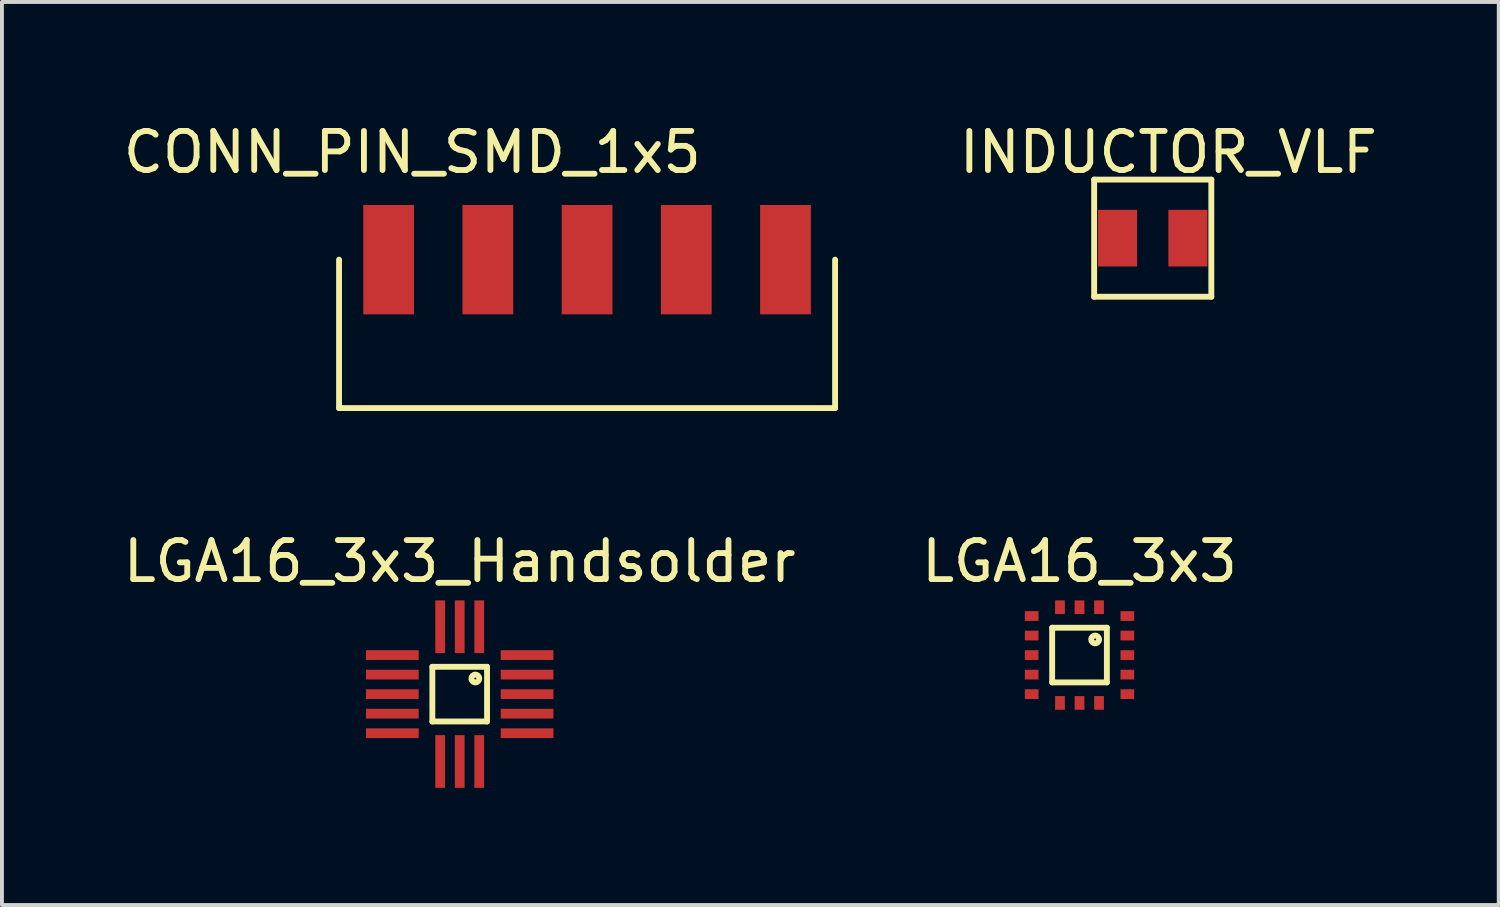
<source format=kicad_pcb>
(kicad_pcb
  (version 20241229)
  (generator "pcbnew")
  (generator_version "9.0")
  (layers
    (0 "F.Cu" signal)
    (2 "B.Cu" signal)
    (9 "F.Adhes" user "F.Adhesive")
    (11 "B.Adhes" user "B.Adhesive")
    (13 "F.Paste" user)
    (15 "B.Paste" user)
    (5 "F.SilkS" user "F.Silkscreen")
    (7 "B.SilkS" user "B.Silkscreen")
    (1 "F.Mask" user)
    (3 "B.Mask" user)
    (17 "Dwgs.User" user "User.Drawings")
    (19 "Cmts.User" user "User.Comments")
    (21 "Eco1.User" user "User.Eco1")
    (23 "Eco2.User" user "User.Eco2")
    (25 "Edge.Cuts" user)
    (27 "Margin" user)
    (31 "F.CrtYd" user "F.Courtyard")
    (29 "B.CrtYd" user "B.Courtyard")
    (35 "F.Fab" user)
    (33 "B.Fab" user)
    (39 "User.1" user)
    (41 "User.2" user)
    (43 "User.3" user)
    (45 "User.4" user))
  (footprint "LGA16_3x3"
    (layer "F.Cu")
    (at 24.589 13.722)
    (property "Reference" "LGA16_3x3" (at 0 -2.4 0) (layer "F.SilkS") (effects (font (size 1 1) (thickness 0.15))))
    (attr through_hole)
    (fp_line (start -0.7 -0.7) (end -0.7 0.7) (stroke (width 0.15) (type solid)) (layer "F.SilkS"))
    (fp_line (start -0.7 0.7) (end 0.7 0.7) (stroke (width 0.15) (type solid)) (layer "F.SilkS"))
    (fp_line (start 0.7 -0.7) (end -0.7 -0.7) (stroke (width 0.15) (type solid)) (layer "F.SilkS"))
    (fp_line (start 0.7 0.7) (end 0.7 -0.7) (stroke (width 0.15) (type solid)) (layer "F.SilkS"))
    (fp_circle (center 0.4 -0.4) (end 0.4 -0.5) (stroke (width 0.15) (type solid)) (fill no) (layer "F.SilkS"))
    (pad "1" smd rect (at 1.225 -1) (size 0.35 0.25) (layers "F.Cu" "F.Mask" "F.Paste"))
    (pad "2" smd rect (at 1.225 -0.5) (size 0.35 0.25) (layers "F.Cu" "F.Mask" "F.Paste"))
    (pad "3" smd rect (at 1.225 0) (size 0.35 0.25) (layers "F.Cu" "F.Mask" "F.Paste"))
    (pad "4" smd rect (at 1.225 0.5) (size 0.35 0.25) (layers "F.Cu" "F.Mask" "F.Paste"))
    (pad "5" smd rect (at 1.225 1) (size 0.35 0.25) (layers "F.Cu" "F.Mask" "F.Paste"))
    (pad "6" smd rect (at 0.5 1.225 90) (size 0.35 0.25) (layers "F.Cu" "F.Mask" "F.Paste"))
    (pad "7" smd rect (at 0 1.225 90) (size 0.35 0.25) (layers "F.Cu" "F.Mask" "F.Paste"))
    (pad "8" smd rect (at -0.5 1.225 90) (size 0.35 0.25) (layers "F.Cu" "F.Mask" "F.Paste"))
    (pad "9" smd rect (at -1.225 1 180) (size 0.35 0.25) (layers "F.Cu" "F.Mask" "F.Paste"))
    (pad "10" smd rect (at -1.225 0.5) (size 0.35 0.25) (layers "F.Cu" "F.Mask" "F.Paste"))
    (pad "11" smd rect (at -1.225 0) (size 0.35 0.25) (layers "F.Cu" "F.Mask" "F.Paste"))
    (pad "12" smd rect (at -1.225 -0.5) (size 0.35 0.25) (layers "F.Cu" "F.Mask" "F.Paste"))
    (pad "13" smd rect (at -1.225 -1) (size 0.35 0.25) (layers "F.Cu" "F.Mask" "F.Paste"))
    (pad "14" smd rect (at -0.5 -1.225 90) (size 0.35 0.25) (layers "F.Cu" "F.Mask" "F.Paste"))
    (pad "15" smd rect (at 0 -1.225 90) (size 0.35 0.25) (layers "F.Cu" "F.Mask" "F.Paste"))
    (pad "16" smd rect (at 0.5 -1.225 90) (size 0.35 0.25) (layers "F.Cu" "F.Mask" "F.Paste")))
  (footprint "INDUCTOR_VLF"
    (layer "F.Cu")
    (at 26.464 3.048)
    (property "Reference" "INDUCTOR_VLF" (at 0.4 -2.2 0) (layer "F.SilkS") (effects (font (size 1 1) (thickness 0.15))))
    (attr through_hole)
    (fp_line (start -1.5 -1.5) (end -1.5 1.5) (stroke (width 0.15) (type solid)) (layer "F.SilkS"))
    (fp_line (start -1.5 -1.5) (end 1.5 -1.5) (stroke (width 0.15) (type solid)) (layer "F.SilkS"))
    (fp_line (start -1.5 1.5) (end 1.5 1.5) (stroke (width 0.15) (type solid)) (layer "F.SilkS"))
    (fp_line (start 1.5 -1.5) (end 1.5 1.5) (stroke (width 0.15) (type solid)) (layer "F.SilkS"))
    (pad "1" smd rect (at -0.9 0 90) (size 1.45 1) (layers "F.Cu" "F.Mask" "F.Paste"))
    (pad "2" smd rect (at 0.9 0 90) (size 1.45 1) (layers "F.Cu" "F.Mask" "F.Paste")))
  (footprint "LGA16_3x3_Handsolder"
    (layer "F.Cu")
    (at 8.72 14.722)
    (property "Reference" "LGA16_3x3_Handsolder" (at 0 -3.4 0) (layer "F.SilkS") (effects (font (size 1 1) (thickness 0.15))))
    (attr through_hole)
    (fp_line (start -0.7 -0.7) (end -0.7 0.7) (stroke (width 0.15) (type solid)) (layer "F.SilkS"))
    (fp_line (start -0.7 0.7) (end 0.7 0.7) (stroke (width 0.15) (type solid)) (layer "F.SilkS"))
    (fp_line (start 0.7 -0.7) (end -0.7 -0.7) (stroke (width 0.15) (type solid)) (layer "F.SilkS"))
    (fp_line (start 0.7 0.7) (end 0.7 -0.7) (stroke (width 0.15) (type solid)) (layer "F.SilkS"))
    (fp_circle (center 0.4 -0.4) (end 0.4 -0.5) (stroke (width 0.15) (type solid)) (fill no) (layer "F.SilkS"))
    (pad "1" smd rect (at 1.725 -1) (size 1.35 0.25) (layers "F.Cu" "F.Mask" "F.Paste"))
    (pad "2" smd rect (at 1.725 -0.5) (size 1.35 0.25) (layers "F.Cu" "F.Mask" "F.Paste"))
    (pad "3" smd rect (at 1.725 0) (size 1.35 0.25) (layers "F.Cu" "F.Mask" "F.Paste"))
    (pad "4" smd rect (at 1.725 0.5) (size 1.35 0.25) (layers "F.Cu" "F.Mask" "F.Paste"))
    (pad "5" smd rect (at 1.725 1) (size 1.35 0.25) (layers "F.Cu" "F.Mask" "F.Paste"))
    (pad "6" smd rect (at 0.5 1.725 90) (size 1.35 0.25) (layers "F.Cu" "F.Mask" "F.Paste"))
    (pad "7" smd rect (at 0 1.725 90) (size 1.35 0.25) (layers "F.Cu" "F.Mask" "F.Paste"))
    (pad "8" smd rect (at -0.5 1.725 90) (size 1.35 0.25) (layers "F.Cu" "F.Mask" "F.Paste"))
    (pad "9" smd rect (at -1.725 1 180) (size 1.35 0.25) (layers "F.Cu" "F.Mask" "F.Paste"))
    (pad "10" smd rect (at -1.725 0.5) (size 1.35 0.25) (layers "F.Cu" "F.Mask" "F.Paste"))
    (pad "11" smd rect (at -1.725 0) (size 1.35 0.25) (layers "F.Cu" "F.Mask" "F.Paste"))
    (pad "12" smd rect (at -1.725 -0.5) (size 1.35 0.25) (layers "F.Cu" "F.Mask" "F.Paste"))
    (pad "13" smd rect (at -1.725 -1) (size 1.35 0.25) (layers "F.Cu" "F.Mask" "F.Paste"))
    (pad "14" smd rect (at -0.5 -1.725 90) (size 1.35 0.25) (layers "F.Cu" "F.Mask" "F.Paste"))
    (pad "15" smd rect (at 0 -1.725 90) (size 1.35 0.25) (layers "F.Cu" "F.Mask" "F.Paste"))
    (pad "16" smd rect (at 0.5 -1.725 90) (size 1.35 0.25) (layers "F.Cu" "F.Mask" "F.Paste")))
  (footprint "CONN_PIN_SMD_1x5"
    (layer "F.Cu")
    (at 11.981 3.598)
    (property "Reference" "CONN_PIN_SMD_1x5" (at -4.475 -2.75 180) (layer "F.SilkS") (effects (font (size 1 1) (thickness 0.15))))
    (attr through_hole)
    (fp_line (start -6.35 0) (end -6.35 3.8) (stroke (width 0.15) (type solid)) (layer "F.SilkS"))
    (fp_line (start -6.35 3.8) (end 6.35 3.8) (stroke (width 0.15) (type solid)) (layer "F.SilkS"))
    (fp_line (start 6.35 3.8) (end 6.35 0) (stroke (width 0.15) (type solid)) (layer "F.SilkS"))
    (pad "1" smd rect (at -5.08 0 90) (size 2.8 1.3) (layers "F.Cu" "F.Mask" "F.Paste"))
    (pad "2" smd rect (at -2.54 0 90) (size 2.8 1.3) (layers "F.Cu" "F.Mask" "F.Paste"))
    (pad "3" smd rect (at 0 0 90) (size 2.8 1.3) (layers "F.Cu" "F.Mask" "F.Paste"))
    (pad "4" smd rect (at 2.54 0 90) (size 2.8 1.3) (layers "F.Cu" "F.Mask" "F.Paste"))
    (pad "5" smd rect (at 5.08 0 90) (size 2.8 1.3) (layers "F.Cu" "F.Mask" "F.Paste")))
  (gr_rect
    (start -3 -3)
    (end 35.323 20.122)
    (stroke (width 0.1) (type default))
    (fill no)
    (layer "Edge.Cuts")))
</source>
